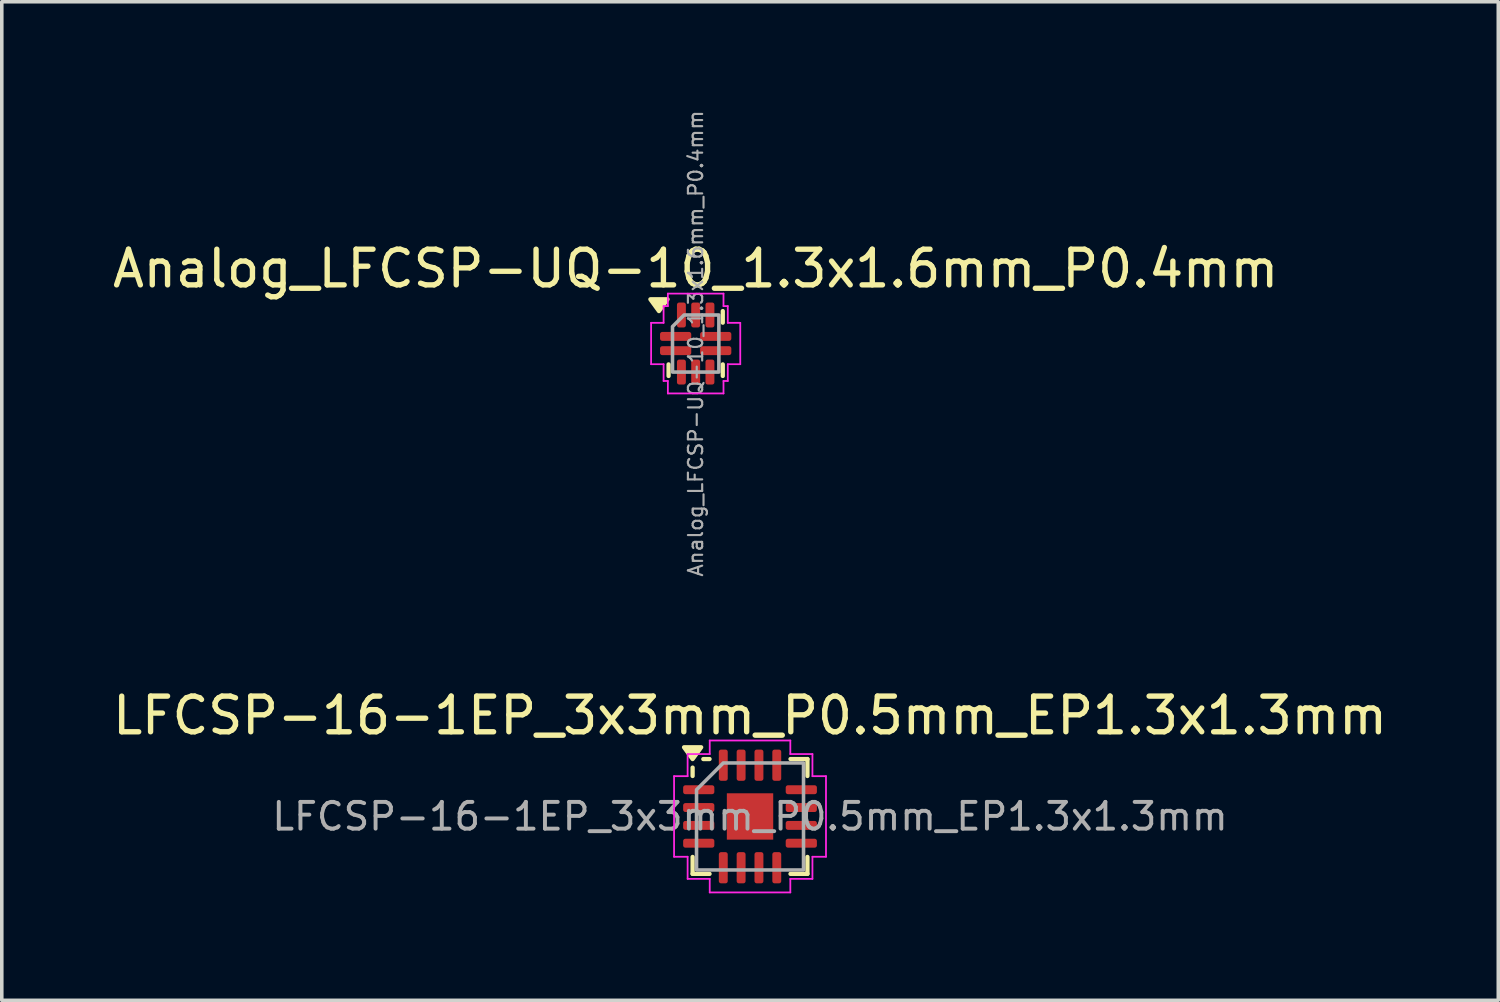
<source format=kicad_pcb>
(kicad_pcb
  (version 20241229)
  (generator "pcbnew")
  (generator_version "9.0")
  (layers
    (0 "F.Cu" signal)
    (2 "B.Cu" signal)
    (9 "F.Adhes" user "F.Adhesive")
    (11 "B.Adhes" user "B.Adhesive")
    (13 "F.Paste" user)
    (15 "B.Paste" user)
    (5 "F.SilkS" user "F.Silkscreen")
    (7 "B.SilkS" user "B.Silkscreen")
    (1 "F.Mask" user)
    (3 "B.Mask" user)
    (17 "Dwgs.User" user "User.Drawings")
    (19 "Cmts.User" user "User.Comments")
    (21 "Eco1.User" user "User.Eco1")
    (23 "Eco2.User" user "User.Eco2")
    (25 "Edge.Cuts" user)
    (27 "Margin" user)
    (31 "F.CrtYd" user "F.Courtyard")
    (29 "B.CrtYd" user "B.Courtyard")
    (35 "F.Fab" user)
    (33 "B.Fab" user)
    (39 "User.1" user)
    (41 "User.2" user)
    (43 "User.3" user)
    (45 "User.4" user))
  (footprint "LFCSP-16-1EP_3x3mm_P0.5mm_EP1.3x1.3mm"
    (layer "F.Cu")
    (at 17.982 19.845)
    (property "Reference" "LFCSP-16-1EP_3x3mm_P0.5mm_EP1.3x1.3mm" (at 0 -2.83 0) (layer "F.SilkS") (effects (font (size 1 1) (thickness 0.15))))
    (attr smd)
    (fp_line (start -1.61 -1.135) (end -1.61 -1.37) (stroke (width 0.12) (type solid)) (layer "F.SilkS"))
    (fp_line (start -1.61 1.61) (end -1.61 1.135) (stroke (width 0.12) (type solid)) (layer "F.SilkS"))
    (fp_line (start -1.135 -1.61) (end -1.31 -1.61) (stroke (width 0.12) (type solid)) (layer "F.SilkS"))
    (fp_line (start -1.135 1.61) (end -1.61 1.61) (stroke (width 0.12) (type solid)) (layer "F.SilkS"))
    (fp_line (start 1.135 -1.61) (end 1.61 -1.61) (stroke (width 0.12) (type solid)) (layer "F.SilkS"))
    (fp_line (start 1.135 1.61) (end 1.61 1.61) (stroke (width 0.12) (type solid)) (layer "F.SilkS"))
    (fp_line (start 1.61 -1.61) (end 1.61 -1.135) (stroke (width 0.12) (type solid)) (layer "F.SilkS"))
    (fp_line (start 1.61 1.61) (end 1.61 1.135) (stroke (width 0.12) (type solid)) (layer "F.SilkS"))
    (fp_poly (pts (xy -1.61 -1.61) (xy -1.85 -1.94) (xy -1.37 -1.94)) (stroke (width 0.12) (type solid)) (fill yes) (layer "F.SilkS"))
    (fp_line (start -2.13 -1.13) (end -1.75 -1.13) (stroke (width 0.05) (type solid)) (layer "F.CrtYd"))
    (fp_line (start -2.13 1.13) (end -2.13 -1.13) (stroke (width 0.05) (type solid)) (layer "F.CrtYd"))
    (fp_line (start -1.75 -1.75) (end -1.13 -1.75) (stroke (width 0.05) (type solid)) (layer "F.CrtYd"))
    (fp_line (start -1.75 -1.13) (end -1.75 -1.75) (stroke (width 0.05) (type solid)) (layer "F.CrtYd"))
    (fp_line (start -1.75 1.13) (end -2.13 1.13) (stroke (width 0.05) (type solid)) (layer "F.CrtYd"))
    (fp_line (start -1.75 1.75) (end -1.75 1.13) (stroke (width 0.05) (type solid)) (layer "F.CrtYd"))
    (fp_line (start -1.13 -2.13) (end 1.13 -2.13) (stroke (width 0.05) (type solid)) (layer "F.CrtYd"))
    (fp_line (start -1.13 -1.75) (end -1.13 -2.13) (stroke (width 0.05) (type solid)) (layer "F.CrtYd"))
    (fp_line (start -1.13 1.75) (end -1.75 1.75) (stroke (width 0.05) (type solid)) (layer "F.CrtYd"))
    (fp_line (start -1.13 2.13) (end -1.13 1.75) (stroke (width 0.05) (type solid)) (layer "F.CrtYd"))
    (fp_line (start 1.13 -2.13) (end 1.13 -1.75) (stroke (width 0.05) (type solid)) (layer "F.CrtYd"))
    (fp_line (start 1.13 -1.75) (end 1.75 -1.75) (stroke (width 0.05) (type solid)) (layer "F.CrtYd"))
    (fp_line (start 1.13 1.75) (end 1.13 2.13) (stroke (width 0.05) (type solid)) (layer "F.CrtYd"))
    (fp_line (start 1.13 2.13) (end -1.13 2.13) (stroke (width 0.05) (type solid)) (layer "F.CrtYd"))
    (fp_line (start 1.75 -1.75) (end 1.75 -1.13) (stroke (width 0.05) (type solid)) (layer "F.CrtYd"))
    (fp_line (start 1.75 -1.13) (end 2.13 -1.13) (stroke (width 0.05) (type solid)) (layer "F.CrtYd"))
    (fp_line (start 1.75 1.13) (end 1.75 1.75) (stroke (width 0.05) (type solid)) (layer "F.CrtYd"))
    (fp_line (start 1.75 1.75) (end 1.13 1.75) (stroke (width 0.05) (type solid)) (layer "F.CrtYd"))
    (fp_line (start 2.13 -1.13) (end 2.13 1.13) (stroke (width 0.05) (type solid)) (layer "F.CrtYd"))
    (fp_line (start 2.13 1.13) (end 1.75 1.13) (stroke (width 0.05) (type solid)) (layer "F.CrtYd"))
    (fp_poly (pts (xy -1.5 -0.75) (xy -1.5 1.5) (xy 1.5 1.5) (xy 1.5 -1.5) (xy -0.75 -1.5)) (stroke (width 0.1) (type solid)) (fill no) (layer "F.Fab"))
    (fp_text user "${REFERENCE}" (at 0 0 0) (layer "F.Fab") (effects (font (size 0.75 0.75) (thickness 0.11))))
    (pad "" smd roundrect (at -0.325 -0.325) (size 0.52 0.52) (layers "F.Paste") (roundrect_rratio 0.25))
    (pad "" smd roundrect (at -0.325 0.325) (size 0.52 0.52) (layers "F.Paste") (roundrect_rratio 0.25))
    (pad "" smd roundrect (at 0.325 -0.325) (size 0.52 0.52) (layers "F.Paste") (roundrect_rratio 0.25))
    (pad "" smd roundrect (at 0.325 0.325) (size 0.52 0.52) (layers "F.Paste") (roundrect_rratio 0.25))
    (pad "1" smd roundrect (at -1.438 -0.75) (size 0.875 0.25) (layers "F.Cu" "F.Mask" "F.Paste") (roundrect_rratio 0.25))
    (pad "2" smd roundrect (at -1.438 -0.25) (size 0.875 0.25) (layers "F.Cu" "F.Mask" "F.Paste") (roundrect_rratio 0.25))
    (pad "3" smd roundrect (at -1.438 0.25) (size 0.875 0.25) (layers "F.Cu" "F.Mask" "F.Paste") (roundrect_rratio 0.25))
    (pad "4" smd roundrect (at -1.438 0.75) (size 0.875 0.25) (layers "F.Cu" "F.Mask" "F.Paste") (roundrect_rratio 0.25))
    (pad "5" smd roundrect (at -0.75 1.438) (size 0.25 0.875) (layers "F.Cu" "F.Mask" "F.Paste") (roundrect_rratio 0.25))
    (pad "6" smd roundrect (at -0.25 1.438) (size 0.25 0.875) (layers "F.Cu" "F.Mask" "F.Paste") (roundrect_rratio 0.25))
    (pad "7" smd roundrect (at 0.25 1.438) (size 0.25 0.875) (layers "F.Cu" "F.Mask" "F.Paste") (roundrect_rratio 0.25))
    (pad "8" smd roundrect (at 0.75 1.438) (size 0.25 0.875) (layers "F.Cu" "F.Mask" "F.Paste") (roundrect_rratio 0.25))
    (pad "9" smd roundrect (at 1.438 0.75) (size 0.875 0.25) (layers "F.Cu" "F.Mask" "F.Paste") (roundrect_rratio 0.25))
    (pad "10" smd roundrect (at 1.438 0.25) (size 0.875 0.25) (layers "F.Cu" "F.Mask" "F.Paste") (roundrect_rratio 0.25))
    (pad "11" smd roundrect (at 1.438 -0.25) (size 0.875 0.25) (layers "F.Cu" "F.Mask" "F.Paste") (roundrect_rratio 0.25))
    (pad "12" smd roundrect (at 1.438 -0.75) (size 0.875 0.25) (layers "F.Cu" "F.Mask" "F.Paste") (roundrect_rratio 0.25))
    (pad "13" smd roundrect (at 0.75 -1.438) (size 0.25 0.875) (layers "F.Cu" "F.Mask" "F.Paste") (roundrect_rratio 0.25))
    (pad "14" smd roundrect (at 0.25 -1.438) (size 0.25 0.875) (layers "F.Cu" "F.Mask" "F.Paste") (roundrect_rratio 0.25))
    (pad "15" smd roundrect (at -0.25 -1.438) (size 0.25 0.875) (layers "F.Cu" "F.Mask" "F.Paste") (roundrect_rratio 0.25))
    (pad "16" smd roundrect (at -0.75 -1.438) (size 0.25 0.875) (layers "F.Cu" "F.Mask" "F.Paste") (roundrect_rratio 0.25))
    (pad "17" smd rect (at 0 0) (size 1.3 1.3) (property pad_prop_heatsink) (layers "F.Cu" "F.Mask")))
  (footprint "Analog_LFCSP-UQ-10_1.3x1.6mm_P0.4mm"
    (layer "F.Cu")
    (at 16.458 6.583)
    (property "Reference" "Analog_LFCSP-UQ-10_1.3x1.6mm_P0.4mm" (at 0 -2.1 0) (layer "F.SilkS") (effects (font (size 1 1) (thickness 0.15))))
    (attr smd)
    (fp_line (start -0.76 0.91) (end -0.76 0.585) (stroke (width 0.12) (type solid)) (layer "F.SilkS"))
    (fp_line (start 0.76 -0.91) (end 0.76 -0.585) (stroke (width 0.12) (type solid)) (layer "F.SilkS"))
    (fp_line (start 0.76 0.91) (end 0.76 0.585) (stroke (width 0.12) (type solid)) (layer "F.SilkS"))
    (fp_poly (pts (xy -1.03 -0.91) (xy -1.27 -1.24) (xy -0.79 -1.24)) (stroke (width 0.12) (type solid)) (fill yes) (layer "F.SilkS"))
    (fp_line (start -1.25 -0.58) (end -0.9 -0.58) (stroke (width 0.05) (type solid)) (layer "F.CrtYd"))
    (fp_line (start -1.25 0.58) (end -1.25 -0.58) (stroke (width 0.05) (type solid)) (layer "F.CrtYd"))
    (fp_line (start -0.9 -1.05) (end -0.78 -1.05) (stroke (width 0.05) (type solid)) (layer "F.CrtYd"))
    (fp_line (start -0.9 -0.58) (end -0.9 -1.05) (stroke (width 0.05) (type solid)) (layer "F.CrtYd"))
    (fp_line (start -0.9 0.58) (end -1.25 0.58) (stroke (width 0.05) (type solid)) (layer "F.CrtYd"))
    (fp_line (start -0.9 1.05) (end -0.9 0.58) (stroke (width 0.05) (type solid)) (layer "F.CrtYd"))
    (fp_line (start -0.78 -1.4) (end 0.78 -1.4) (stroke (width 0.05) (type solid)) (layer "F.CrtYd"))
    (fp_line (start -0.78 -1.05) (end -0.78 -1.4) (stroke (width 0.05) (type solid)) (layer "F.CrtYd"))
    (fp_line (start -0.78 1.05) (end -0.9 1.05) (stroke (width 0.05) (type solid)) (layer "F.CrtYd"))
    (fp_line (start -0.78 1.4) (end -0.78 1.05) (stroke (width 0.05) (type solid)) (layer "F.CrtYd"))
    (fp_line (start 0.78 -1.4) (end 0.78 -1.05) (stroke (width 0.05) (type solid)) (layer "F.CrtYd"))
    (fp_line (start 0.78 -1.05) (end 0.9 -1.05) (stroke (width 0.05) (type solid)) (layer "F.CrtYd"))
    (fp_line (start 0.78 1.05) (end 0.78 1.4) (stroke (width 0.05) (type solid)) (layer "F.CrtYd"))
    (fp_line (start 0.78 1.4) (end -0.78 1.4) (stroke (width 0.05) (type solid)) (layer "F.CrtYd"))
    (fp_line (start 0.9 -1.05) (end 0.9 -0.58) (stroke (width 0.05) (type solid)) (layer "F.CrtYd"))
    (fp_line (start 0.9 -0.58) (end 1.25 -0.58) (stroke (width 0.05) (type solid)) (layer "F.CrtYd"))
    (fp_line (start 0.9 0.58) (end 0.9 1.05) (stroke (width 0.05) (type solid)) (layer "F.CrtYd"))
    (fp_line (start 0.9 1.05) (end 0.78 1.05) (stroke (width 0.05) (type solid)) (layer "F.CrtYd"))
    (fp_line (start 1.25 -0.58) (end 1.25 0.58) (stroke (width 0.05) (type solid)) (layer "F.CrtYd"))
    (fp_line (start 1.25 0.58) (end 0.9 0.58) (stroke (width 0.05) (type solid)) (layer "F.CrtYd"))
    (fp_poly (pts (xy -0.65 -0.475) (xy -0.65 0.8) (xy 0.65 0.8) (xy 0.65 -0.8) (xy -0.325 -0.8)) (stroke (width 0.1) (type solid)) (fill no) (layer "F.Fab"))
    (fp_text user "${REFERENCE}" (at 0 0 90) (layer "F.Fab") (effects (font (size 0.4 0.4) (thickness 0.06))))
    (pad "1" smd roundrect (at -0.4 -0.8) (size 0.25 0.7) (layers "F.Cu" "F.Mask" "F.Paste") (roundrect_rratio 0.25))
    (pad "2" smd roundrect (at -0.562 -0.2) (size 0.875 0.25) (layers "F.Cu" "F.Mask" "F.Paste") (roundrect_rratio 0.25))
    (pad "3" smd roundrect (at -0.562 0.2) (size 0.875 0.25) (layers "F.Cu" "F.Mask" "F.Paste") (roundrect_rratio 0.25))
    (pad "4" smd roundrect (at -0.4 0.8) (size 0.25 0.7) (layers "F.Cu" "F.Mask" "F.Paste") (roundrect_rratio 0.25))
    (pad "5" smd roundrect (at 0 0.8) (size 0.25 0.7) (layers "F.Cu" "F.Mask" "F.Paste") (roundrect_rratio 0.25))
    (pad "6" smd roundrect (at 0.4 0.8) (size 0.25 0.7) (layers "F.Cu" "F.Mask" "F.Paste") (roundrect_rratio 0.25))
    (pad "7" smd roundrect (at 0.562 0.2) (size 0.875 0.25) (layers "F.Cu" "F.Mask" "F.Paste") (roundrect_rratio 0.25))
    (pad "8" smd roundrect (at 0.562 -0.2) (size 0.875 0.25) (layers "F.Cu" "F.Mask" "F.Paste") (roundrect_rratio 0.25))
    (pad "9" smd roundrect (at 0.4 -0.8) (size 0.25 0.7) (layers "F.Cu" "F.Mask" "F.Paste") (roundrect_rratio 0.25))
    (pad "10" smd roundrect (at 0 -0.8) (size 0.25 0.7) (layers "F.Cu" "F.Mask" "F.Paste") (roundrect_rratio 0.25)))
  (gr_rect
    (start -3 -3)
    (end 38.964 25)
    (stroke (width 0.1) (type default))
    (fill no)
    (layer "Edge.Cuts")))
</source>
